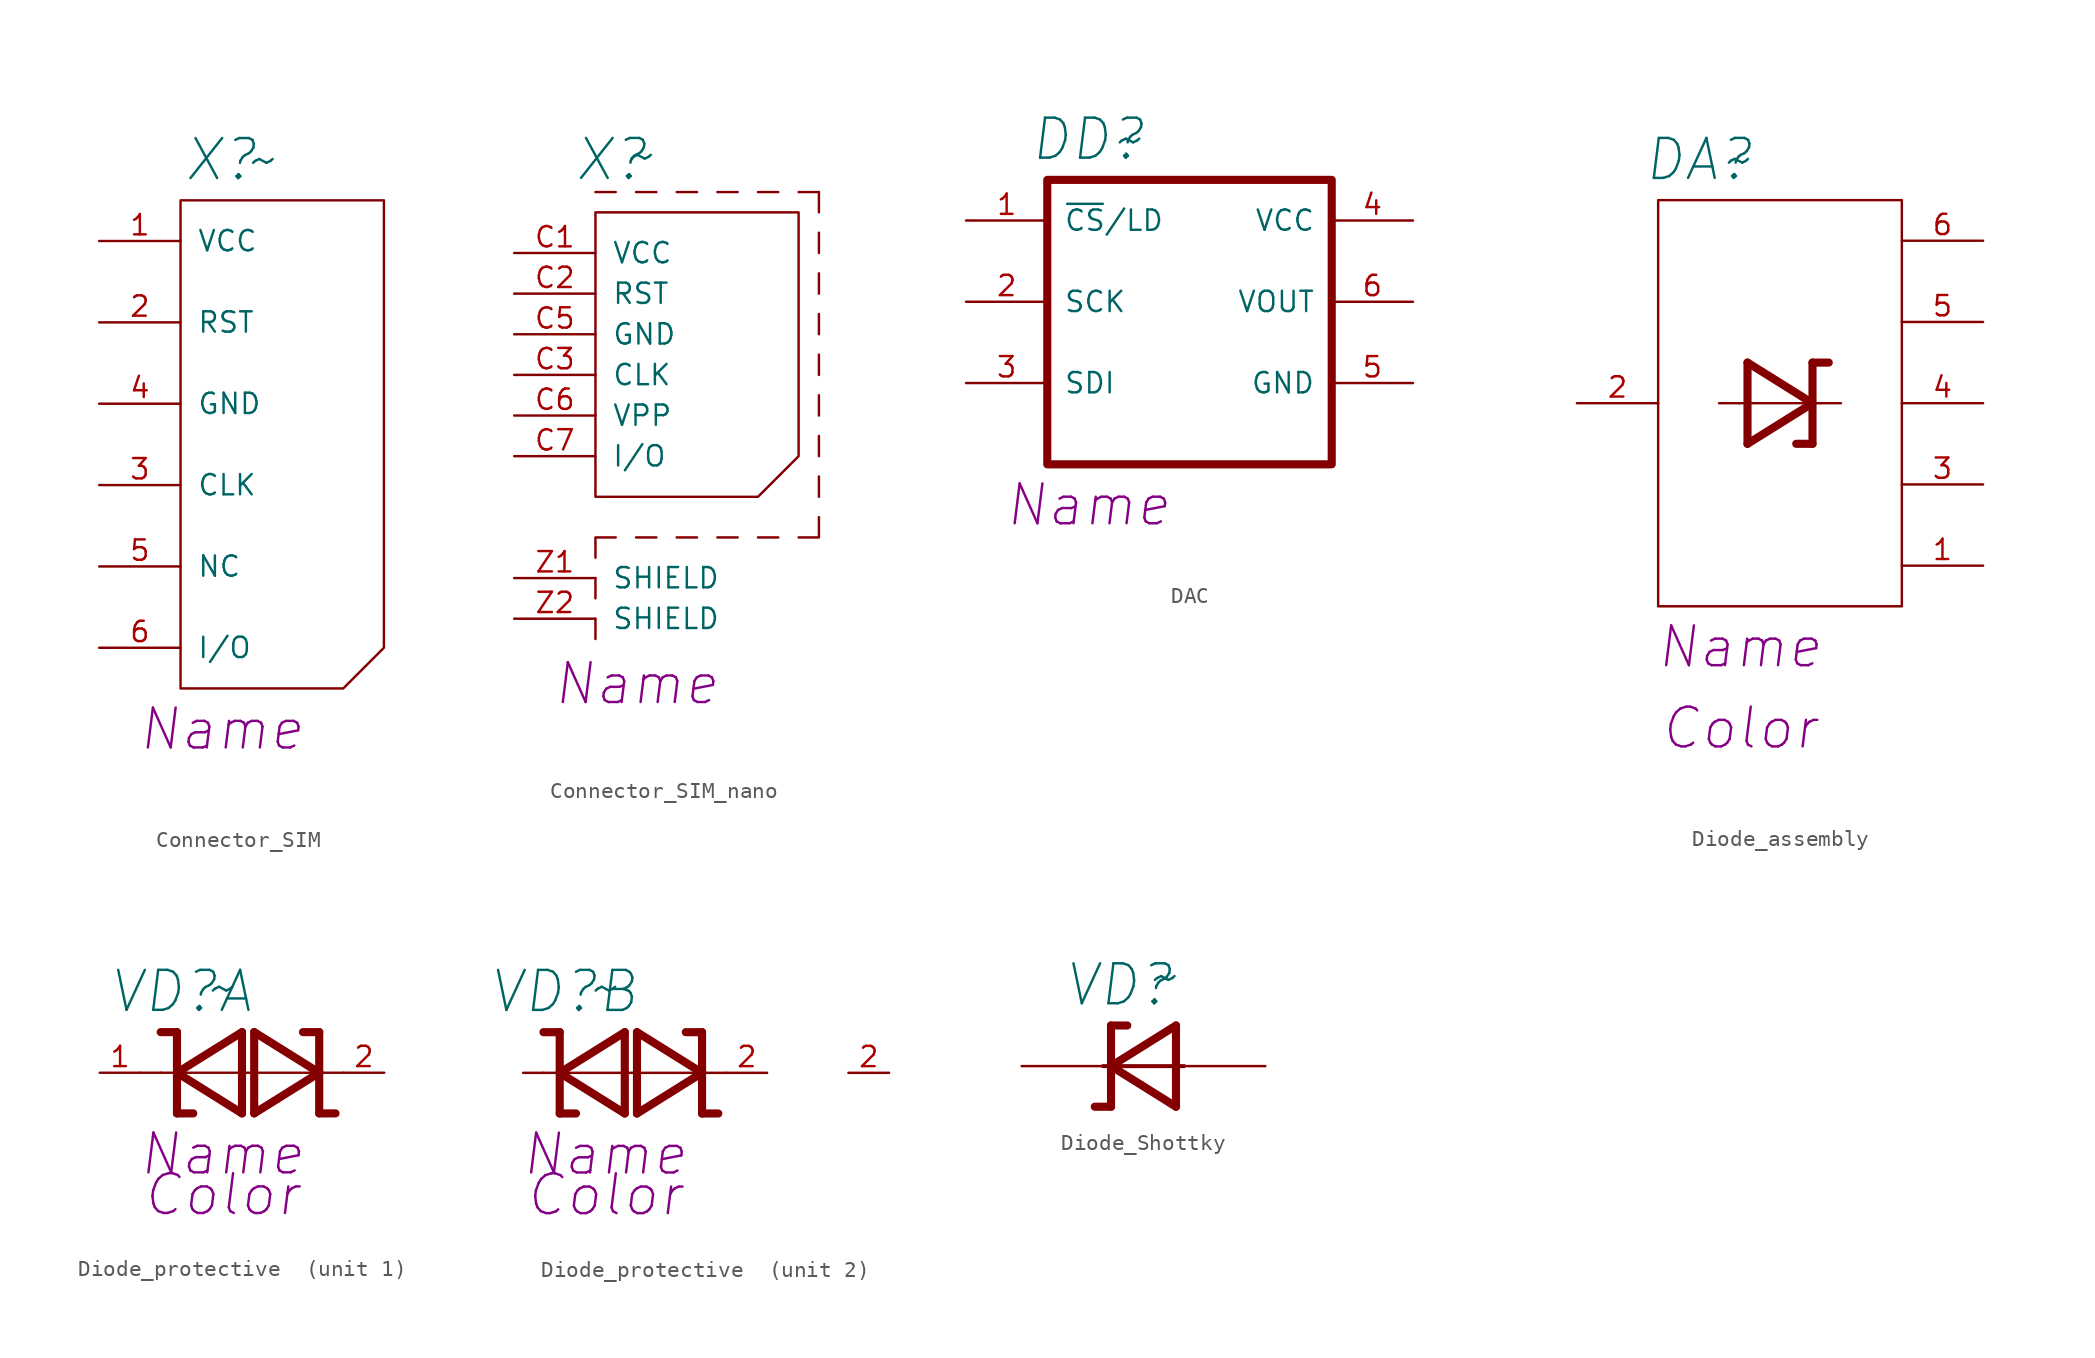
<source format=kicad_sym>
(kicad_symbol_lib
  (version 20241209)
  (generator "kicad_symbol_editor")
  (generator_version "9.0")
  (symbol "Connector_SIM"
    (pin_names
      (offset 1.016))
    (property "Reference" "X"
      (at -17.78 17.78 0)
      (effects (font (size 2.5 2.5) (italic yes))))
    (property "Value" "~"
      (at -15.24 17.78 0)
      (effects (font (size 2.5 2.5) (italic yes))))
    (property "NameComponent" "Name"
      (at -17.78 -17.78 0)
      (effects (font (size 2.489 2.489) (italic yes))))
    (symbol "Connector_SIM_0_1"
      (polyline (pts (xy -20.32 15.24) (xy -7.62 15.24) (xy -7.62 -12.7) (xy -10.16 -15.24) (xy -20.32 -15.24) (xy -20.32 15.24)) (stroke (width 0) (type solid)) (fill (type none))))
    (symbol "Connector_SIM_1_1"
      (pin power_in line (at -25.4 12.7 0) (length 5.08) (name "VCC" (effects (font (size 1.27 1.27)))) (number "1" (effects (font (size 1.27 1.27)))))
      (pin input line (at -25.4 7.62 0) (length 5.08) (name "RST" (effects (font (size 1.27 1.27)))) (number "2" (effects (font (size 1.27 1.27)))))
      (pin power_in line (at -25.4 2.54 0) (length 5.08) (name "GND" (effects (font (size 1.27 1.27)))) (number "4" (effects (font (size 1.27 1.27)))))
      (pin input line (at -25.4 -2.54 0) (length 5.08) (name "CLK" (effects (font (size 1.27 1.27)))) (number "3" (effects (font (size 1.27 1.27)))))
      (pin input line (at -25.4 -7.62 0) (length 5.08) (name "NC" (effects (font (size 1.27 1.27)))) (number "5" (effects (font (size 1.27 1.27)))))
      (pin bidirectional line (at -25.4 -12.7 0) (length 5.08) (name "I/O" (effects (font (size 1.27 1.27)))) (number "6" (effects (font (size 1.27 1.27)))))))
  (symbol "Connector_SIM_nano"
    (pin_names
      (offset 1.016))
    (property "Reference" "X"
      (at -11.684 13.462 0)
      (effects (font (size 2.5 2.5) (italic yes))))
    (property "Value" "~"
      (at -9.906 13.716 0)
      (effects (font (size 2.5 2.5) (italic yes))))
    (property "ComponentName" "Name"
      (at -10.16 -19.304 0)
      (effects (font (size 2.489 2.489) (italic yes))))
    (symbol "Connector_SIM_nano_0_1"
      (polyline (pts (xy -12.7 11.43) (xy -11.43 11.43)) (stroke (width 0) (type solid)) (fill (type none)))
      (polyline (pts (xy -12.7 10.16) (xy 0 10.16) (xy 0 -5.08) (xy -2.54 -7.62) (xy -12.7 -7.62) (xy -12.7 10.16)) (stroke (width 0) (type solid)) (fill (type none)))
      (polyline (pts (xy -12.7 -12.7) (xy -12.7 -13.97)) (stroke (width 0) (type solid)) (fill (type none)))
      (polyline (pts (xy -12.7 -15.24) (xy -12.7 -16.51)) (stroke (width 0) (type solid)) (fill (type none)))
      (polyline (pts (xy -11.43 -10.16) (xy -12.7 -10.16) (xy -12.7 -11.43)) (stroke (width 0) (type solid)) (fill (type none)))
      (polyline (pts (xy -10.16 11.43) (xy -8.89 11.43)) (stroke (width 0) (type solid)) (fill (type none)))
      (polyline (pts (xy -8.89 -10.16) (xy -10.16 -10.16)) (stroke (width 0) (type solid)) (fill (type none)))
      (polyline (pts (xy -7.62 11.43) (xy -6.35 11.43)) (stroke (width 0) (type solid)) (fill (type none)))
      (polyline (pts (xy -6.35 -10.16) (xy -7.62 -10.16)) (stroke (width 0) (type solid)) (fill (type none)))
      (polyline (pts (xy -5.08 11.43) (xy -3.81 11.43)) (stroke (width 0) (type solid)) (fill (type none)))
      (polyline (pts (xy -3.81 -10.16) (xy -5.08 -10.16)) (stroke (width 0) (type solid)) (fill (type none)))
      (polyline (pts (xy -2.54 11.43) (xy -1.27 11.43)) (stroke (width 0) (type solid)) (fill (type none)))
      (polyline (pts (xy -1.27 -10.16) (xy -2.54 -10.16)) (stroke (width 0) (type solid)) (fill (type none)))
      (polyline (pts (xy 0 11.43) (xy 1.27 11.43)) (stroke (width 0) (type solid)) (fill (type none)))
      (polyline (pts (xy 1.27 11.43) (xy 1.27 10.16)) (stroke (width 0) (type solid)) (fill (type none)))
      (polyline (pts (xy 1.27 8.89) (xy 1.27 7.62)) (stroke (width 0) (type solid)) (fill (type none)))
      (polyline (pts (xy 1.27 6.35) (xy 1.27 5.08)) (stroke (width 0) (type solid)) (fill (type none)))
      (polyline (pts (xy 1.27 3.81) (xy 1.27 2.54)) (stroke (width 0) (type solid)) (fill (type none)))
      (polyline (pts (xy 1.27 1.27) (xy 1.27 0)) (stroke (width 0) (type solid)) (fill (type none)))
      (polyline (pts (xy 1.27 -1.27) (xy 1.27 -2.54)) (stroke (width 0) (type solid)) (fill (type none)))
      (polyline (pts (xy 1.27 -3.81) (xy 1.27 -5.08)) (stroke (width 0) (type solid)) (fill (type none)))
      (polyline (pts (xy 1.27 -6.35) (xy 1.27 -7.62)) (stroke (width 0) (type solid)) (fill (type none)))
      (polyline (pts (xy 1.27 -8.89) (xy 1.27 -10.16) (xy 0 -10.16)) (stroke (width 0) (type solid)) (fill (type none))))
    (symbol "Connector_SIM_nano_1_1"
      (pin power_in line (at -17.78 7.62 0) (length 5.08) (name "VCC" (effects (font (size 1.27 1.27)))) (number "C1" (effects (font (size 1.27 1.27)))))
      (pin input line (at -17.78 5.08 0) (length 5.08) (name "RST" (effects (font (size 1.27 1.27)))) (number "C2" (effects (font (size 1.27 1.27)))))
      (pin power_in line (at -17.78 2.54 0) (length 5.08) (name "GND" (effects (font (size 1.27 1.27)))) (number "C5" (effects (font (size 1.27 1.27)))))
      (pin input line (at -17.78 0 0) (length 5.08) (name "CLK" (effects (font (size 1.27 1.27)))) (number "C3" (effects (font (size 1.27 1.27)))))
      (pin input line (at -17.78 -2.54 0) (length 5.08) (name "VPP" (effects (font (size 1.27 1.27)))) (number "C6" (effects (font (size 1.27 1.27)))))
      (pin bidirectional line (at -17.78 -5.08 0) (length 5.08) (name "I/O" (effects (font (size 1.27 1.27)))) (number "C7" (effects (font (size 1.27 1.27)))))
      (pin passive line (at -17.78 -12.7 0) (length 5.08) (name "SHIELD" (effects (font (size 1.27 1.27)))) (number "Z1" (effects (font (size 1.27 1.27)))))
      (pin passive line (at -17.78 -15.24 0) (length 5.08) (name "SHIELD" (effects (font (size 1.27 1.27)))) (number "Z2" (effects (font (size 1.27 1.27)))))))
  (symbol "DAC"
    (pin_names
      (offset 1.016))
    (property "Reference" "DD"
      (at -15.24 10.16 0)
      (effects (font (size 2.5 2.5) (italic yes))))
    (property "Value" "~"
      (at -12.7 10.16 0)
      (effects (font (size 2.5 2.5) (italic yes))))
    (property "Name" "Name"
      (at -15.24 -12.7 0)
      (effects (font (size 2.489 2.489) (italic yes))))
    (symbol "DAC_0_1"
      (rectangle (start -17.78 7.62) (end 0 -10.16) (stroke (width 0.508) (type solid)) (fill (type none))))
    (symbol "DAC_1_1"
      (pin input line (at -22.86 5.08 0) (length 5.08) (name "~{CS}/LD" (effects (font (size 1.27 1.27)))) (number "1" (effects (font (size 1.27 1.27)))))
      (pin input line (at -22.86 0 0) (length 5.08) (name "SCK" (effects (font (size 1.27 1.27)))) (number "2" (effects (font (size 1.27 1.27)))))
      (pin input line (at -22.86 -5.08 0) (length 5.08) (name "SDI" (effects (font (size 1.27 1.27)))) (number "3" (effects (font (size 1.27 1.27)))))
      (pin power_in line (at 5.08 5.08 180) (length 5.08) (name "VCC" (effects (font (size 1.27 1.27)))) (number "4" (effects (font (size 1.27 1.27)))))
      (pin output line (at 5.08 0 180) (length 5.08) (name "VOUT" (effects (font (size 1.27 1.27)))) (number "6" (effects (font (size 1.27 1.27)))))
      (pin power_in line (at 5.08 -5.08 180) (length 5.08) (name "GND" (effects (font (size 1.27 1.27)))) (number "5" (effects (font (size 1.27 1.27)))))))
  (symbol "Diode_assembly"
    (pin_names
      (offset 1.016)
      (hide yes))
    (property "Reference" "DA"
      (at -5.08 15.24 0)
      (effects (font (size 2.5 2.5) (italic yes))))
    (property "Value" "~"
      (at -2.54 15.24 0)
      (effects (font (size 2.5 2.5))))
    (property "Name" "Name"
      (at -2.54 -15.24 0)
      (effects (font (size 2.489 2.489) (italic yes))))
    (property "Color" "Color"
      (at -2.54 -20.32 0)
      (effects (font (size 2.489 2.489) (italic yes))))
    (symbol "Diode_assembly_0_1"
      (polyline (pts (xy -2.54 0) (xy -3.81 0)) (stroke (width 0) (type solid)) (fill (type none)))
      (polyline (pts (xy 3.81 0) (xy 2.54 0)) (stroke (width 0) (type solid)) (fill (type none))))
    (symbol "Diode_assembly_1_1"
      (rectangle (start -7.62 12.7) (end 7.62 -12.7) (stroke (width 0) (type solid)) (fill (type none)))
      (polyline (pts (xy -2.032 -2.54) (xy -2.032 2.54)) (stroke (width 0.508) (type solid)) (fill (type none)))
      (polyline (pts (xy -2.032 -2.54) (xy 2.032 0) (xy -2.032 2.54)) (stroke (width 0.508) (type solid)) (fill (type none)))
      (polyline (pts (xy 2.032 2.54) (xy 3.048 2.54)) (stroke (width 0.508) (type solid)) (fill (type none)))
      (polyline (pts (xy 2.032 -2.54) (xy 1.016 -2.54)) (stroke (width 0.508) (type solid)) (fill (type none)))
      (polyline (pts (xy 2.032 -2.54) (xy 2.032 2.54)) (stroke (width 0.508) (type solid)) (fill (type none)))
      (polyline (pts (xy 2.54 0) (xy -2.54 0)) (stroke (width 0) (type solid)) (fill (type none)))
      (pin passive line (at -12.7 0 0) (length 5.08) (name "2" (effects (font (size 1.27 1.27)))) (number "2" (effects (font (size 1.27 1.27)))))
      (pin passive line (at 12.7 10.16 180) (length 5.08) (name "6" (effects (font (size 1.27 1.27)))) (number "6" (effects (font (size 1.27 1.27)))))
      (pin passive line (at 12.7 5.08 180) (length 5.08) (name "5" (effects (font (size 1.27 1.27)))) (number "5" (effects (font (size 1.27 1.27)))))
      (pin passive line (at 12.7 0 180) (length 5.08) (name "4" (effects (font (size 1.27 1.27)))) (number "4" (effects (font (size 1.27 1.27)))))
      (pin passive line (at 12.7 -5.08 180) (length 5.08) (name "3" (effects (font (size 1.27 1.27)))) (number "3" (effects (font (size 1.27 1.27)))))
      (pin passive line (at 12.7 -10.16 180) (length 5.08) (name "1" (effects (font (size 1.27 1.27)))) (number "1" (effects (font (size 1.27 1.27)))))))
  (symbol "Diode_protective "
    (pin_names
      (offset 1.016)
      (hide yes))
    (property "Reference" "VD"
      (at -17.78 5.08 0)
      (effects (font (size 2.5 2.5) (italic yes))))
    (property "Value" "~"
      (at -15.24 5.334 0)
      (effects (font (size 2.5 2.5) (italic yes))))
    (property "Name" "Name"
      (at -15.24 -5.08 0)
      (effects (font (size 2.489 2.489) (italic yes))))
    (property "Color" "Color"
      (at -15.24 -7.62 0)
      (effects (font (size 2.489 2.489) (italic yes))))
    (symbol "Diode_protective _0_1"
      (polyline (pts (xy -20.32 0) (xy -19.05 0)) (stroke (width 0) (type solid)) (fill (type none)))
      (polyline (pts (xy -19.05 2.54) (xy -18.034 2.54)) (stroke (width 0.508) (type solid)) (fill (type none)))
      (polyline (pts (xy -19.05 0) (xy -8.89 0)) (stroke (width 0) (type solid)) (fill (type none)))
      (polyline (pts (xy -18.034 -2.54) (xy -18.034 2.54)) (stroke (width 0.508) (type solid)) (fill (type none)))
      (polyline (pts (xy -17.018 -2.54) (xy -18.034 -2.54)) (stroke (width 0.508) (type solid)) (fill (type none)))
      (polyline (pts (xy -13.97 2.54) (xy -13.97 -2.54)) (stroke (width 0.508) (type solid)) (fill (type none)))
      (polyline (pts (xy -13.97 2.54) (xy -18.034 0) (xy -13.97 -2.54)) (stroke (width 0.508) (type solid)) (fill (type none)))
      (polyline (pts (xy -13.208 2.54) (xy -13.208 -2.54)) (stroke (width 0.508) (type solid)) (fill (type none)))
      (polyline (pts (xy -13.208 -2.54) (xy -9.144 0) (xy -13.208 2.54)) (stroke (width 0.508) (type solid)) (fill (type none)))
      (polyline (pts (xy -9.144 2.54) (xy -10.16 2.54)) (stroke (width 0.508) (type solid)) (fill (type none)))
      (polyline (pts (xy -9.144 -2.54) (xy -9.144 2.54)) (stroke (width 0.508) (type solid)) (fill (type none)))
      (polyline (pts (xy -8.128 -2.54) (xy -9.144 -2.54)) (stroke (width 0.508) (type solid)) (fill (type none)))
      (polyline (pts (xy -7.62 0) (xy -8.89 0)) (stroke (width 0) (type solid)) (fill (type none)))
      (pin passive line (at -5.08 0 180) (length 2.54) (name "2" (effects (font (size 1.27 1.27)))) (number "2" (effects (font (size 1.27 1.27))))))
    (symbol "Diode_protective _1_1"
      (pin passive line (at -22.86 0 0) (length 2.54) (name "1" (effects (font (size 1.27 1.27)))) (number "1" (effects (font (size 1.27 1.27))))))
    (symbol "Diode_protective _2_1"
      (pin passive line (at 0 0 0) (length 2.54) (name "2" (effects (font (size 1.27 1.27)))) (number "2" (effects (font (size 1.27 1.27)))))))
  (symbol "Diode_Shottky"
    (pin_numbers
      (hide yes))
    (pin_names
      (offset 1.016)
      (hide yes))
    (property "Reference" "VD"
      (at -1.524 5.08 0)
      (effects (font (size 2.5 2.5) (italic yes))))
    (property "Value" "~"
      (at 1.27 5.588 0)
      (effects (font (size 2.5 2.5) (italic yes))))
    (symbol "Diode_Shottky_0_1"
      (polyline (pts (xy -2.54 0) (xy 2.54 0)) (stroke (width 0.25) (type solid)) (fill (type none)))
      (polyline (pts (xy -2.032 2.54) (xy -2.032 -2.54)) (stroke (width 0.508) (type solid)) (fill (type none)))
      (polyline (pts (xy -2.032 2.54) (xy -1.016 2.54)) (stroke (width 0.508) (type solid)) (fill (type none)))
      (polyline (pts (xy -2.032 -2.54) (xy -3.048 -2.54)) (stroke (width 0.508) (type solid)) (fill (type none)))
      (polyline (pts (xy 2.032 2.54) (xy 2.032 -2.54)) (stroke (width 0.508) (type solid)) (fill (type none)))
      (polyline (pts (xy 2.032 2.54) (xy -2.032 0) (xy 2.032 -2.54)) (stroke (width 0.508) (type solid)) (fill (type none))))
    (symbol "Diode_Shottky_1_1"
      (pin passive line (at -7.62 0 0) (length 5.08) (name "K" (effects (font (size 1.27 1.27)))) (number "1" (effects (font (size 1.27 1.27)))))
      (pin passive line (at 7.62 0 180) (length 5.08) (name "A" (effects (font (size 1.27 1.27)))) (number "2" (effects (font (size 1.27 1.27))))))))
</source>
